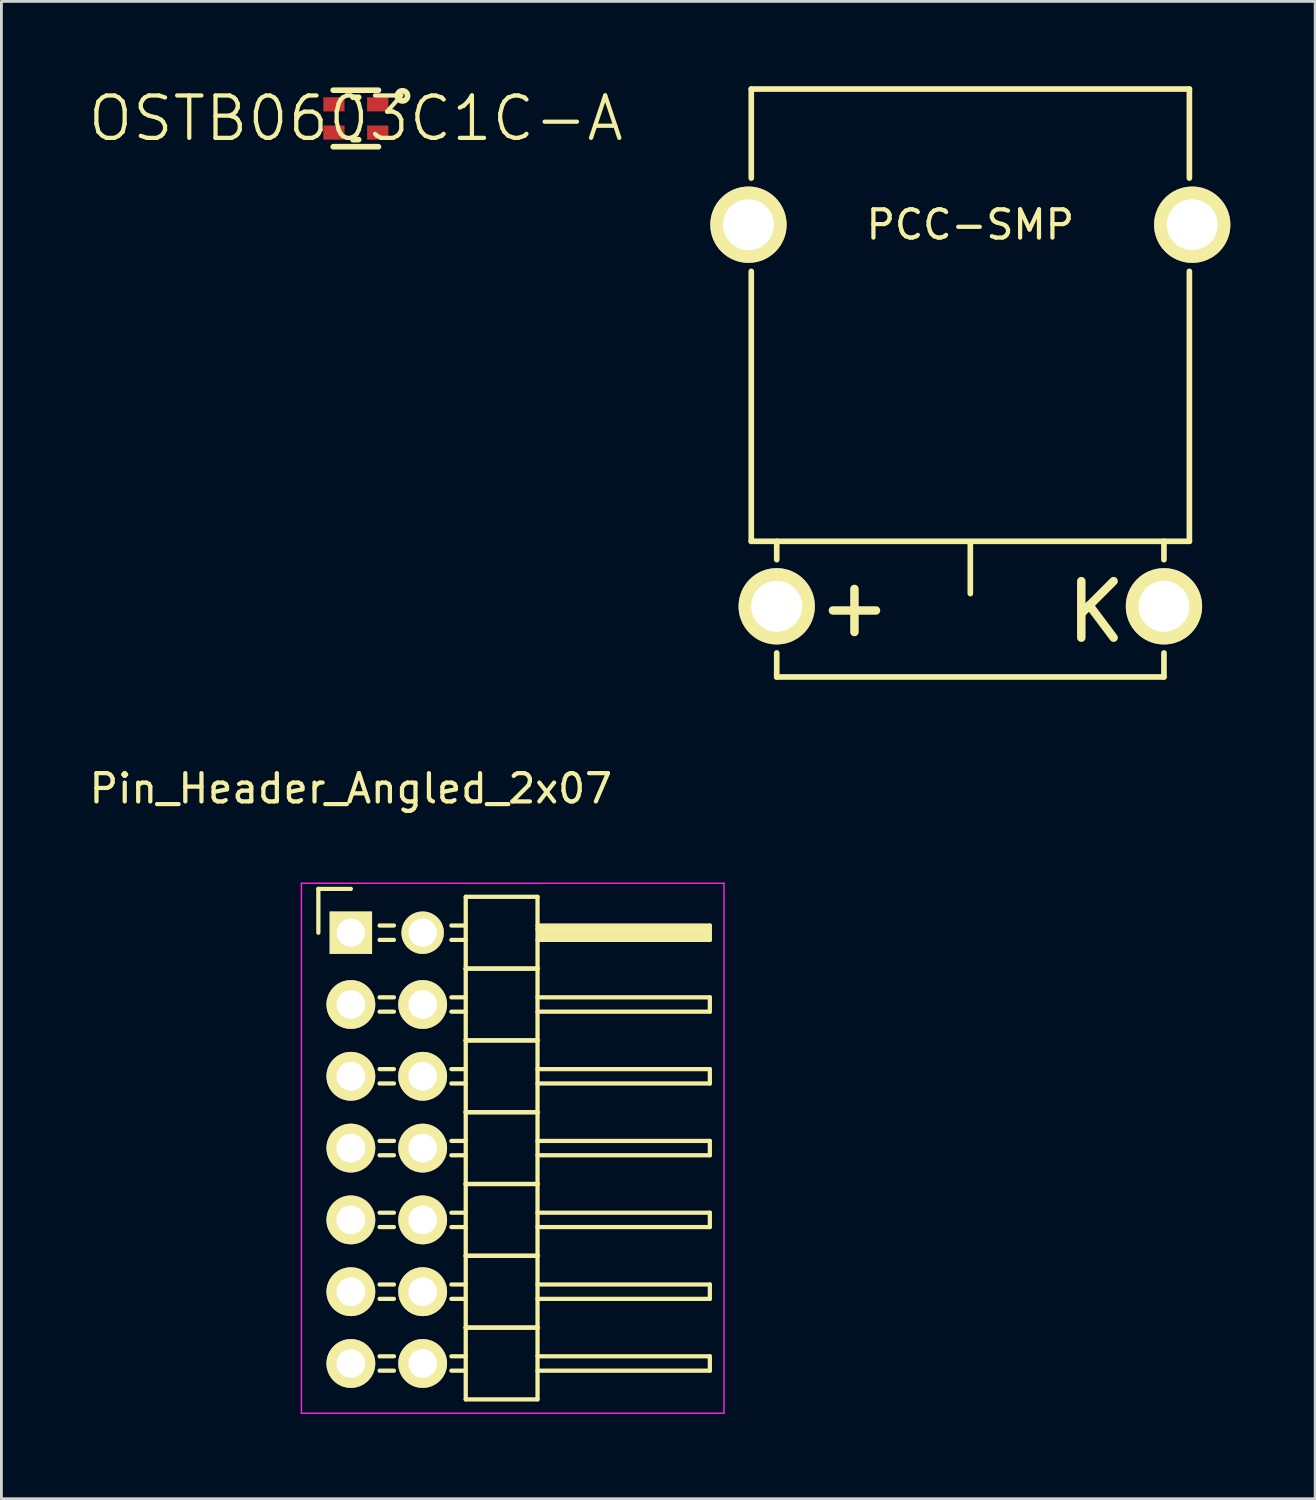
<source format=kicad_pcb>
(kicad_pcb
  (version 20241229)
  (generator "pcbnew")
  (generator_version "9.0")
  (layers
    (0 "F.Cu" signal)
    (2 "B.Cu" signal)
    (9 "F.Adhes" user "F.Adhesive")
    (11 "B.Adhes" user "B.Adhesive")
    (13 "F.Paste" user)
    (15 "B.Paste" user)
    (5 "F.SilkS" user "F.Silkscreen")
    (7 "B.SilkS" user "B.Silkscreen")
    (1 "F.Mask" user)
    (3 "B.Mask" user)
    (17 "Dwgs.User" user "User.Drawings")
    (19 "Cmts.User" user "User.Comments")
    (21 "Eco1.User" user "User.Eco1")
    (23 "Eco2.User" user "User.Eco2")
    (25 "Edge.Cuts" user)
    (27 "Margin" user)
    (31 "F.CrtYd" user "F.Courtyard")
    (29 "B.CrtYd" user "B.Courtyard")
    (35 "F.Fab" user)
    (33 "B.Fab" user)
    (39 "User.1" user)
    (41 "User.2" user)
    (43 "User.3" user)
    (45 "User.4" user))
  (footprint "OSTB0603C1C-A"
    (layer "F.Cu")
    (at 9.539 1.141)
    (property "Reference" "OSTB0603C1C-A" (at 0 0 0) (layer "F.SilkS") (effects (font (size 1.5 1.5) (thickness 0.15))))
    (attr through_hole)
    (fp_line (start -0.8 -1) (end 0.8 -1) (stroke (width 0.2) (type solid)) (layer "F.SilkS"))
    (fp_line (start -0.8 1) (end 0.8 1) (stroke (width 0.2) (type solid)) (layer "F.SilkS"))
    (fp_line (start -0.1 -0.75) (end 0.1 -0.75) (stroke (width 0.2) (type solid)) (layer "F.SilkS"))
    (fp_line (start -0.1 0.75) (end 0.1 0.75) (stroke (width 0.2) (type solid)) (layer "F.SilkS"))
    (fp_circle (center 1.65 -0.8) (end 1.8 -0.7) (stroke (width 0.2) (type solid)) (fill no) (layer "F.SilkS"))
    (pad "1" smd rect (at 0.775 -0.5) (size 0.75 0.5) (layers "F.Cu" "F.Mask" "F.Paste"))
    (pad "2" smd rect (at 0.775 0.5) (size 0.75 0.5) (layers "F.Cu" "F.Mask" "F.Paste"))
    (pad "3" smd rect (at -0.775 -0.5) (size 0.75 0.5) (layers "F.Cu" "F.Mask" "F.Paste"))
    (pad "4" smd rect (at -0.775 0.5) (size 0.75 0.5) (layers "F.Cu" "F.Mask" "F.Paste")))
  (footprint "Pin_Header_Angled_2x07"
    (layer "F.Cu")
    (at 9.363 29.948)
    (property "Reference" "Pin_Header_Angled_2x07" (at 0 -5.1 0) (layer "F.SilkS") (effects (font (size 1 1) (thickness 0.15))))
    (attr through_hole)
    (fp_line (start -1.15 -1.55) (end -1.15 0) (stroke (width 0.15) (type solid)) (layer "F.SilkS"))
    (fp_line (start 0 -1.55) (end -1.15 -1.55) (stroke (width 0.15) (type solid)) (layer "F.SilkS"))
    (fp_line (start 1.524 -0.254) (end 1.016 -0.254) (stroke (width 0.15) (type solid)) (layer "F.SilkS"))
    (fp_line (start 1.524 0.254) (end 1.016 0.254) (stroke (width 0.15) (type solid)) (layer "F.SilkS"))
    (fp_line (start 1.524 2.286) (end 1.016 2.286) (stroke (width 0.15) (type solid)) (layer "F.SilkS"))
    (fp_line (start 1.524 2.794) (end 1.016 2.794) (stroke (width 0.15) (type solid)) (layer "F.SilkS"))
    (fp_line (start 1.524 4.826) (end 1.016 4.826) (stroke (width 0.15) (type solid)) (layer "F.SilkS"))
    (fp_line (start 1.524 5.334) (end 1.016 5.334) (stroke (width 0.15) (type solid)) (layer "F.SilkS"))
    (fp_line (start 1.524 7.366) (end 1.016 7.366) (stroke (width 0.15) (type solid)) (layer "F.SilkS"))
    (fp_line (start 1.524 7.874) (end 1.016 7.874) (stroke (width 0.15) (type solid)) (layer "F.SilkS"))
    (fp_line (start 1.524 9.906) (end 1.016 9.906) (stroke (width 0.15) (type solid)) (layer "F.SilkS"))
    (fp_line (start 1.524 10.414) (end 1.016 10.414) (stroke (width 0.15) (type solid)) (layer "F.SilkS"))
    (fp_line (start 1.524 12.446) (end 1.016 12.446) (stroke (width 0.15) (type solid)) (layer "F.SilkS"))
    (fp_line (start 1.524 12.954) (end 1.016 12.954) (stroke (width 0.15) (type solid)) (layer "F.SilkS"))
    (fp_line (start 1.524 14.986) (end 1.016 14.986) (stroke (width 0.15) (type solid)) (layer "F.SilkS"))
    (fp_line (start 1.524 15.494) (end 1.016 15.494) (stroke (width 0.15) (type solid)) (layer "F.SilkS"))
    (fp_line (start 4.064 -1.27) (end 4.064 1.27) (stroke (width 0.15) (type solid)) (layer "F.SilkS"))
    (fp_line (start 4.064 -1.27) (end 6.604 -1.27) (stroke (width 0.15) (type solid)) (layer "F.SilkS"))
    (fp_line (start 4.064 -0.254) (end 3.556 -0.254) (stroke (width 0.15) (type solid)) (layer "F.SilkS"))
    (fp_line (start 4.064 0.254) (end 3.556 0.254) (stroke (width 0.15) (type solid)) (layer "F.SilkS"))
    (fp_line (start 4.064 1.27) (end 4.064 3.81) (stroke (width 0.15) (type solid)) (layer "F.SilkS"))
    (fp_line (start 4.064 1.27) (end 6.604 1.27) (stroke (width 0.15) (type solid)) (layer "F.SilkS"))
    (fp_line (start 4.064 1.27) (end 6.604 1.27) (stroke (width 0.15) (type solid)) (layer "F.SilkS"))
    (fp_line (start 4.064 2.286) (end 3.556 2.286) (stroke (width 0.15) (type solid)) (layer "F.SilkS"))
    (fp_line (start 4.064 2.794) (end 3.556 2.794) (stroke (width 0.15) (type solid)) (layer "F.SilkS"))
    (fp_line (start 4.064 3.81) (end 4.064 6.35) (stroke (width 0.15) (type solid)) (layer "F.SilkS"))
    (fp_line (start 4.064 3.81) (end 6.604 3.81) (stroke (width 0.15) (type solid)) (layer "F.SilkS"))
    (fp_line (start 4.064 3.81) (end 6.604 3.81) (stroke (width 0.15) (type solid)) (layer "F.SilkS"))
    (fp_line (start 4.064 4.826) (end 3.556 4.826) (stroke (width 0.15) (type solid)) (layer "F.SilkS"))
    (fp_line (start 4.064 5.334) (end 3.556 5.334) (stroke (width 0.15) (type solid)) (layer "F.SilkS"))
    (fp_line (start 4.064 6.35) (end 4.064 8.89) (stroke (width 0.15) (type solid)) (layer "F.SilkS"))
    (fp_line (start 4.064 6.35) (end 6.604 6.35) (stroke (width 0.15) (type solid)) (layer "F.SilkS"))
    (fp_line (start 4.064 6.35) (end 6.604 6.35) (stroke (width 0.15) (type solid)) (layer "F.SilkS"))
    (fp_line (start 4.064 7.366) (end 3.556 7.366) (stroke (width 0.15) (type solid)) (layer "F.SilkS"))
    (fp_line (start 4.064 7.874) (end 3.556 7.874) (stroke (width 0.15) (type solid)) (layer "F.SilkS"))
    (fp_line (start 4.064 8.89) (end 4.064 11.43) (stroke (width 0.15) (type solid)) (layer "F.SilkS"))
    (fp_line (start 4.064 8.89) (end 6.604 8.89) (stroke (width 0.15) (type solid)) (layer "F.SilkS"))
    (fp_line (start 4.064 8.89) (end 6.604 8.89) (stroke (width 0.15) (type solid)) (layer "F.SilkS"))
    (fp_line (start 4.064 9.906) (end 3.556 9.906) (stroke (width 0.15) (type solid)) (layer "F.SilkS"))
    (fp_line (start 4.064 10.414) (end 3.556 10.414) (stroke (width 0.15) (type solid)) (layer "F.SilkS"))
    (fp_line (start 4.064 11.43) (end 4.064 13.97) (stroke (width 0.15) (type solid)) (layer "F.SilkS"))
    (fp_line (start 4.064 11.43) (end 6.604 11.43) (stroke (width 0.15) (type solid)) (layer "F.SilkS"))
    (fp_line (start 4.064 11.43) (end 6.604 11.43) (stroke (width 0.15) (type solid)) (layer "F.SilkS"))
    (fp_line (start 4.064 12.446) (end 3.556 12.446) (stroke (width 0.15) (type solid)) (layer "F.SilkS"))
    (fp_line (start 4.064 12.954) (end 3.556 12.954) (stroke (width 0.15) (type solid)) (layer "F.SilkS"))
    (fp_line (start 4.064 13.97) (end 4.064 16.51) (stroke (width 0.15) (type solid)) (layer "F.SilkS"))
    (fp_line (start 4.064 13.97) (end 6.604 13.97) (stroke (width 0.15) (type solid)) (layer "F.SilkS"))
    (fp_line (start 4.064 13.97) (end 6.604 13.97) (stroke (width 0.15) (type solid)) (layer "F.SilkS"))
    (fp_line (start 4.064 14.986) (end 3.556 14.986) (stroke (width 0.15) (type solid)) (layer "F.SilkS"))
    (fp_line (start 4.064 15.494) (end 3.556 15.494) (stroke (width 0.15) (type solid)) (layer "F.SilkS"))
    (fp_line (start 4.064 16.51) (end 6.604 16.51) (stroke (width 0.15) (type solid)) (layer "F.SilkS"))
    (fp_line (start 6.604 -0.254) (end 12.7 -0.254) (stroke (width 0.15) (type solid)) (layer "F.SilkS"))
    (fp_line (start 6.604 -0.127) (end 12.573 -0.127) (stroke (width 0.15) (type solid)) (layer "F.SilkS"))
    (fp_line (start 6.604 1.27) (end 6.604 -1.27) (stroke (width 0.15) (type solid)) (layer "F.SilkS"))
    (fp_line (start 6.604 2.286) (end 12.7 2.286) (stroke (width 0.15) (type solid)) (layer "F.SilkS"))
    (fp_line (start 6.604 3.81) (end 6.604 1.27) (stroke (width 0.15) (type solid)) (layer "F.SilkS"))
    (fp_line (start 6.604 4.826) (end 12.7 4.826) (stroke (width 0.15) (type solid)) (layer "F.SilkS"))
    (fp_line (start 6.604 6.35) (end 6.604 3.81) (stroke (width 0.15) (type solid)) (layer "F.SilkS"))
    (fp_line (start 6.604 7.366) (end 12.7 7.366) (stroke (width 0.15) (type solid)) (layer "F.SilkS"))
    (fp_line (start 6.604 8.89) (end 6.604 6.35) (stroke (width 0.15) (type solid)) (layer "F.SilkS"))
    (fp_line (start 6.604 9.906) (end 12.7 9.906) (stroke (width 0.15) (type solid)) (layer "F.SilkS"))
    (fp_line (start 6.604 11.43) (end 6.604 8.89) (stroke (width 0.15) (type solid)) (layer "F.SilkS"))
    (fp_line (start 6.604 12.446) (end 12.7 12.446) (stroke (width 0.15) (type solid)) (layer "F.SilkS"))
    (fp_line (start 6.604 13.97) (end 6.604 11.43) (stroke (width 0.15) (type solid)) (layer "F.SilkS"))
    (fp_line (start 6.604 14.986) (end 12.7 14.986) (stroke (width 0.15) (type solid)) (layer "F.SilkS"))
    (fp_line (start 6.604 16.51) (end 6.604 13.97) (stroke (width 0.15) (type solid)) (layer "F.SilkS"))
    (fp_line (start 6.731 0) (end 12.573 0) (stroke (width 0.15) (type solid)) (layer "F.SilkS"))
    (fp_line (start 6.731 0.127) (end 6.731 0) (stroke (width 0.15) (type solid)) (layer "F.SilkS"))
    (fp_line (start 12.573 -0.127) (end 12.573 0.127) (stroke (width 0.15) (type solid)) (layer "F.SilkS"))
    (fp_line (start 12.573 0.127) (end 6.731 0.127) (stroke (width 0.15) (type solid)) (layer "F.SilkS"))
    (fp_line (start 12.7 -0.254) (end 12.7 0.254) (stroke (width 0.15) (type solid)) (layer "F.SilkS"))
    (fp_line (start 12.7 0.254) (end 6.604 0.254) (stroke (width 0.15) (type solid)) (layer "F.SilkS"))
    (fp_line (start 12.7 2.286) (end 12.7 2.794) (stroke (width 0.15) (type solid)) (layer "F.SilkS"))
    (fp_line (start 12.7 2.794) (end 6.604 2.794) (stroke (width 0.15) (type solid)) (layer "F.SilkS"))
    (fp_line (start 12.7 4.826) (end 12.7 5.334) (stroke (width 0.15) (type solid)) (layer "F.SilkS"))
    (fp_line (start 12.7 5.334) (end 6.604 5.334) (stroke (width 0.15) (type solid)) (layer "F.SilkS"))
    (fp_line (start 12.7 7.366) (end 12.7 7.874) (stroke (width 0.15) (type solid)) (layer "F.SilkS"))
    (fp_line (start 12.7 7.874) (end 6.604 7.874) (stroke (width 0.15) (type solid)) (layer "F.SilkS"))
    (fp_line (start 12.7 9.906) (end 12.7 10.414) (stroke (width 0.15) (type solid)) (layer "F.SilkS"))
    (fp_line (start 12.7 10.414) (end 6.604 10.414) (stroke (width 0.15) (type solid)) (layer "F.SilkS"))
    (fp_line (start 12.7 12.446) (end 12.7 12.954) (stroke (width 0.15) (type solid)) (layer "F.SilkS"))
    (fp_line (start 12.7 12.954) (end 6.604 12.954) (stroke (width 0.15) (type solid)) (layer "F.SilkS"))
    (fp_line (start 12.7 14.986) (end 12.7 15.494) (stroke (width 0.15) (type solid)) (layer "F.SilkS"))
    (fp_line (start 12.7 15.494) (end 6.604 15.494) (stroke (width 0.15) (type solid)) (layer "F.SilkS"))
    (fp_line (start -1.75 -1.75) (end -1.75 17) (stroke (width 0.05) (type solid)) (layer "F.CrtYd"))
    (fp_line (start -1.75 -1.75) (end 13.2 -1.75) (stroke (width 0.05) (type solid)) (layer "F.CrtYd"))
    (fp_line (start -1.75 17) (end 13.2 17) (stroke (width 0.05) (type solid)) (layer "F.CrtYd"))
    (fp_line (start 13.2 -1.75) (end 13.2 17) (stroke (width 0.05) (type solid)) (layer "F.CrtYd"))
    (pad "1" thru_hole rect (at 0 0) (size 1.5 1.5) (drill 1) (layers "*.Cu" "*.Mask" "F.SilkS"))
    (pad "2" thru_hole circle (at 2.54 0) (size 1.5 1.5) (drill 1) (layers "*.Cu" "*.Mask" "F.SilkS"))
    (pad "3" thru_hole oval (at 0 2.54) (size 1.727 1.727) (drill 1.016) (layers "*.Cu" "*.Mask" "F.SilkS"))
    (pad "4" thru_hole oval (at 2.54 2.54) (size 1.727 1.727) (drill 1.016) (layers "*.Cu" "*.Mask" "F.SilkS"))
    (pad "5" thru_hole oval (at 0 5.08) (size 1.727 1.727) (drill 1.016) (layers "*.Cu" "*.Mask" "F.SilkS"))
    (pad "6" thru_hole oval (at 2.54 5.08) (size 1.727 1.727) (drill 1.016) (layers "*.Cu" "*.Mask" "F.SilkS"))
    (pad "7" thru_hole oval (at 0 7.62) (size 1.727 1.727) (drill 1.016) (layers "*.Cu" "*.Mask" "F.SilkS"))
    (pad "8" thru_hole oval (at 2.54 7.62) (size 1.727 1.727) (drill 1.016) (layers "*.Cu" "*.Mask" "F.SilkS"))
    (pad "9" thru_hole oval (at 0 10.16) (size 1.727 1.727) (drill 1.016) (layers "*.Cu" "*.Mask" "F.SilkS"))
    (pad "10" thru_hole oval (at 2.54 10.16) (size 1.727 1.727) (drill 1.016) (layers "*.Cu" "*.Mask" "F.SilkS"))
    (pad "11" thru_hole oval (at 0 12.7) (size 1.727 1.727) (drill 1.016) (layers "*.Cu" "*.Mask" "F.SilkS"))
    (pad "12" thru_hole oval (at 2.54 12.7) (size 1.727 1.727) (drill 1.016) (layers "*.Cu" "*.Mask" "F.SilkS"))
    (pad "13" thru_hole oval (at 0 15.24) (size 1.727 1.727) (drill 1.016) (layers "*.Cu" "*.Mask" "F.SilkS"))
    (pad "14" thru_hole oval (at 2.54 15.24) (size 1.727 1.727) (drill 1.016) (layers "*.Cu" "*.Mask" "F.SilkS")))
  (footprint "PCC-SMP"
    (layer "F.Cu")
    (at 31.279 4.9)
    (property "Reference" "PCC-SMP" (at 0 0 0) (layer "F.SilkS") (effects (font (size 1 1) (thickness 0.15))))
    (attr through_hole)
    (fp_line (start -7.75 -4.8) (end -7.75 -1.65) (stroke (width 0.2) (type solid)) (layer "F.SilkS"))
    (fp_line (start -7.75 -4.8) (end 7.75 -4.8) (stroke (width 0.2) (type solid)) (layer "F.SilkS"))
    (fp_line (start -7.75 11.2) (end -7.75 1.65) (stroke (width 0.2) (type solid)) (layer "F.SilkS"))
    (fp_line (start -6.85 11.2) (end -6.85 11.85) (stroke (width 0.2) (type solid)) (layer "F.SilkS"))
    (fp_line (start -6.85 16) (end -6.85 15.15) (stroke (width 0.2) (type solid)) (layer "F.SilkS"))
    (fp_line (start -6.85 16) (end 6.85 16) (stroke (width 0.2) (type solid)) (layer "F.SilkS"))
    (fp_line (start 0 11.25) (end 0 13.05) (stroke (width 0.2) (type solid)) (layer "F.SilkS"))
    (fp_line (start 6.85 11.2) (end 6.85 11.85) (stroke (width 0.2) (type solid)) (layer "F.SilkS"))
    (fp_line (start 6.85 16) (end 6.85 15.15) (stroke (width 0.2) (type solid)) (layer "F.SilkS"))
    (fp_line (start 7.75 -4.8) (end 7.75 -1.65) (stroke (width 0.2) (type solid)) (layer "F.SilkS"))
    (fp_line (start 7.75 11.2) (end -7.75 11.2) (stroke (width 0.2) (type solid)) (layer "F.SilkS"))
    (fp_line (start 7.75 11.2) (end 7.75 1.65) (stroke (width 0.2) (type solid)) (layer "F.SilkS"))
    (fp_text user "+" (at -4.1 13.5 0) (layer "F.SilkS") (effects (font (size 2 2) (thickness 0.3))))
    (fp_text user "K" (at 4.45 13.7 0) (layer "F.SilkS") (effects (font (size 2 2) (thickness 0.3))))
    (pad "BAND" thru_hole circle (at -7.85 0) (size 2.7 2.7) (drill 1.8) (layers "*.Cu" "*.Mask" "F.SilkS"))
    (pad "BAND" thru_hole circle (at 7.85 0) (size 2.7 2.7) (drill 1.8) (layers "*.Cu" "*.Mask" "F.SilkS"))
    (pad "K" thru_hole circle (at 6.85 13.5) (size 2.7 2.7) (drill 1.8) (layers "*.Cu" "*.Mask" "F.SilkS"))
    (pad "Plus" thru_hole circle (at -6.85 13.5) (size 2.7 2.7) (drill 1.8) (layers "*.Cu" "*.Mask" "F.SilkS")))
  (gr_rect
    (start -3 -3)
    (end 43.479 49.973)
    (stroke (width 0.1) (type default))
    (fill no)
    (layer "Edge.Cuts")))
</source>
